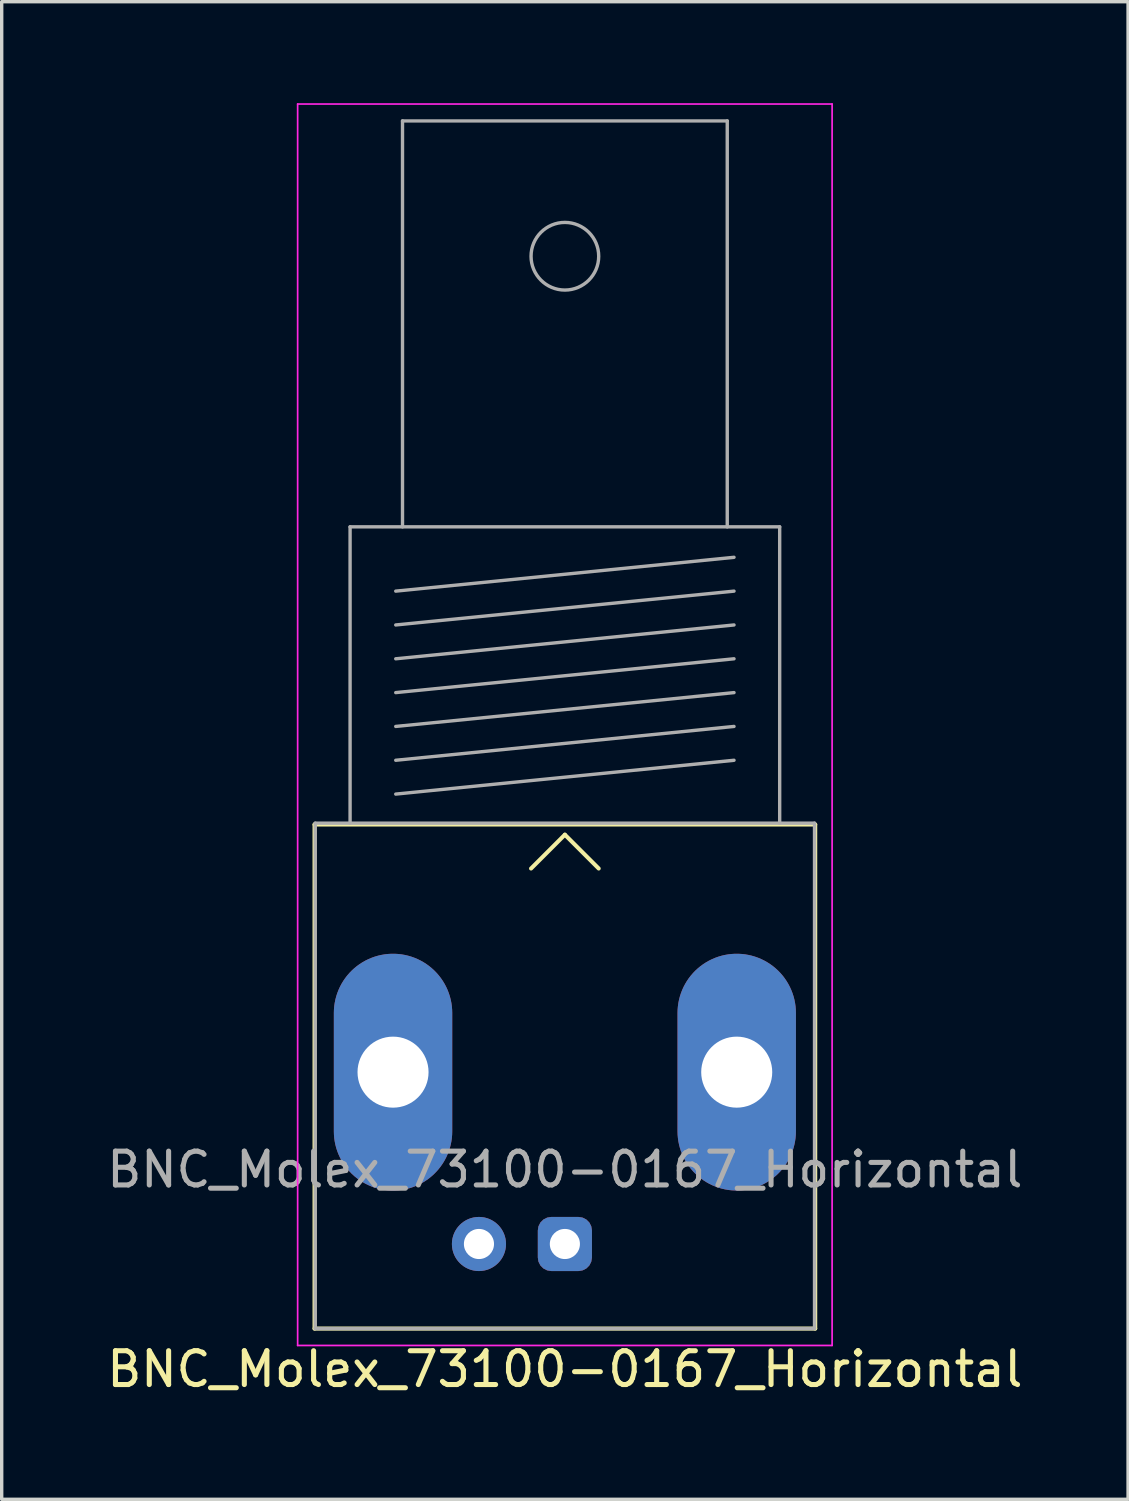
<source format=kicad_pcb>
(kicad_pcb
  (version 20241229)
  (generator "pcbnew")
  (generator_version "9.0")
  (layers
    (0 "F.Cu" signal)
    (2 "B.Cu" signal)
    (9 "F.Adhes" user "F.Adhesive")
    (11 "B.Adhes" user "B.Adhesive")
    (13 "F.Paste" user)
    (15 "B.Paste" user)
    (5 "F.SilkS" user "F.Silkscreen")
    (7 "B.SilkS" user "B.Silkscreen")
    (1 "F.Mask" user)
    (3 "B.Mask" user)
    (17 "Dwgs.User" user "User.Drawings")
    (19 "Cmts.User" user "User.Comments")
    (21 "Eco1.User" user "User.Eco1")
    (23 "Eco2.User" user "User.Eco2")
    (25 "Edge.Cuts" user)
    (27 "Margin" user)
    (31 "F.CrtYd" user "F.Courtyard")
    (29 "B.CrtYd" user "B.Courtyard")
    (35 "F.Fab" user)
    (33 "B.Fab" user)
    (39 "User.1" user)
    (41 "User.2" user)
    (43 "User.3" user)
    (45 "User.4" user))
  (footprint "BNC_Molex_73100-0167_Horizontal"
    (layer "F.Cu")
    (at 13.649 33.725)
    (property "Reference" "BNC_Molex_73100-0167_Horizontal" (at 0 3.7 180) (layer "F.SilkS") (effects (font (size 1 1) (thickness 0.15))))
    (attr through_hole)
    (fp_line (start -7.4 -12.4) (end 7.4 -12.4) (stroke (width 0.12) (type solid)) (layer "F.SilkS"))
    (fp_line (start -7.4 2.5) (end -7.4 -12.4) (stroke (width 0.12) (type solid)) (layer "F.SilkS"))
    (fp_line (start 0 -12.1) (end -1 -11.1) (stroke (width 0.12) (type solid)) (layer "F.SilkS"))
    (fp_line (start 0 -12.1) (end 1 -11.1) (stroke (width 0.12) (type solid)) (layer "F.SilkS"))
    (fp_line (start 7.4 -12.4) (end 7.4 2.5) (stroke (width 0.12) (type solid)) (layer "F.SilkS"))
    (fp_line (start 7.4 2.5) (end -7.4 2.5) (stroke (width 0.12) (type solid)) (layer "F.SilkS"))
    (fp_line (start -7.9 3) (end -7.9 -33.7) (stroke (width 0.05) (type solid)) (layer "F.CrtYd"))
    (fp_line (start -7.9 3) (end 7.9 3) (stroke (width 0.05) (type solid)) (layer "F.CrtYd"))
    (fp_line (start 7.9 -33.7) (end -7.9 -33.7) (stroke (width 0.05) (type solid)) (layer "F.CrtYd"))
    (fp_line (start 7.9 3) (end 7.9 -33.7) (stroke (width 0.05) (type solid)) (layer "F.CrtYd"))
    (fp_line (start -7.38 -12.44) (end -7.38 2.5) (stroke (width 0.1) (type solid)) (layer "F.Fab"))
    (fp_line (start -7.38 2.5) (end 7.38 2.5) (stroke (width 0.1) (type solid)) (layer "F.Fab"))
    (fp_line (start -6.35 -21.2) (end -6.35 -12.44) (stroke (width 0.1) (type solid)) (layer "F.Fab"))
    (fp_line (start -5 -19.3) (end 5 -20.3) (stroke (width 0.1) (type solid)) (layer "F.Fab"))
    (fp_line (start -5 -18.3) (end 5 -19.3) (stroke (width 0.1) (type solid)) (layer "F.Fab"))
    (fp_line (start -5 -17.3) (end 5 -18.3) (stroke (width 0.1) (type solid)) (layer "F.Fab"))
    (fp_line (start -5 -16.3) (end 5 -17.3) (stroke (width 0.1) (type solid)) (layer "F.Fab"))
    (fp_line (start -5 -15.3) (end 5 -16.3) (stroke (width 0.1) (type solid)) (layer "F.Fab"))
    (fp_line (start -5 -14.3) (end 5 -15.3) (stroke (width 0.1) (type solid)) (layer "F.Fab"))
    (fp_line (start -5 -13.3) (end 5 -14.3) (stroke (width 0.1) (type solid)) (layer "F.Fab"))
    (fp_line (start -4.8 -33.2) (end -4.8 -21.2) (stroke (width 0.1) (type solid)) (layer "F.Fab"))
    (fp_line (start 4.8 -33.2) (end -4.8 -33.2) (stroke (width 0.1) (type solid)) (layer "F.Fab"))
    (fp_line (start 4.8 -21.2) (end 4.8 -33.2) (stroke (width 0.1) (type solid)) (layer "F.Fab"))
    (fp_line (start 6.35 -21.2) (end -6.35 -21.2) (stroke (width 0.1) (type solid)) (layer "F.Fab"))
    (fp_line (start 6.35 -12.44) (end 6.35 -21.2) (stroke (width 0.1) (type solid)) (layer "F.Fab"))
    (fp_line (start 7.38 -12.44) (end -7.38 -12.44) (stroke (width 0.1) (type solid)) (layer "F.Fab"))
    (fp_line (start 7.38 2.5) (end 7.38 -12.44) (stroke (width 0.1) (type solid)) (layer "F.Fab"))
    (fp_circle (center 0 -29.2) (end 1 -29.2) (stroke (width 0.1) (type solid)) (fill no) (layer "F.Fab"))
    (fp_text user "${REFERENCE}" (at 0 -2.2 180) (layer "F.Fab") (effects (font (size 1 1) (thickness 0.15))))
    (pad "" thru_hole oval (at -5.08 -5.08) (size 3.5 7) (drill 2.1) (layers "*.Cu" "*.Mask"))
    (pad "" thru_hole oval (at 5.08 -5.08) (size 3.5 7) (drill 2.1) (layers "*.Cu" "*.Mask"))
    (pad "1" thru_hole roundrect (at 0 0) (size 1.6 1.6) (drill 0.89) (layers "*.Cu" "*.Mask") (roundrect_rratio 0.25))
    (pad "2" thru_hole circle (at -2.54 0) (size 1.6 1.6) (drill 0.89) (layers "*.Cu" "*.Mask")))
  (gr_rect
    (start -3 -3)
    (end 30.298 41.273)
    (stroke (width 0.1) (type default))
    (fill no)
    (layer "Edge.Cuts")))
</source>
